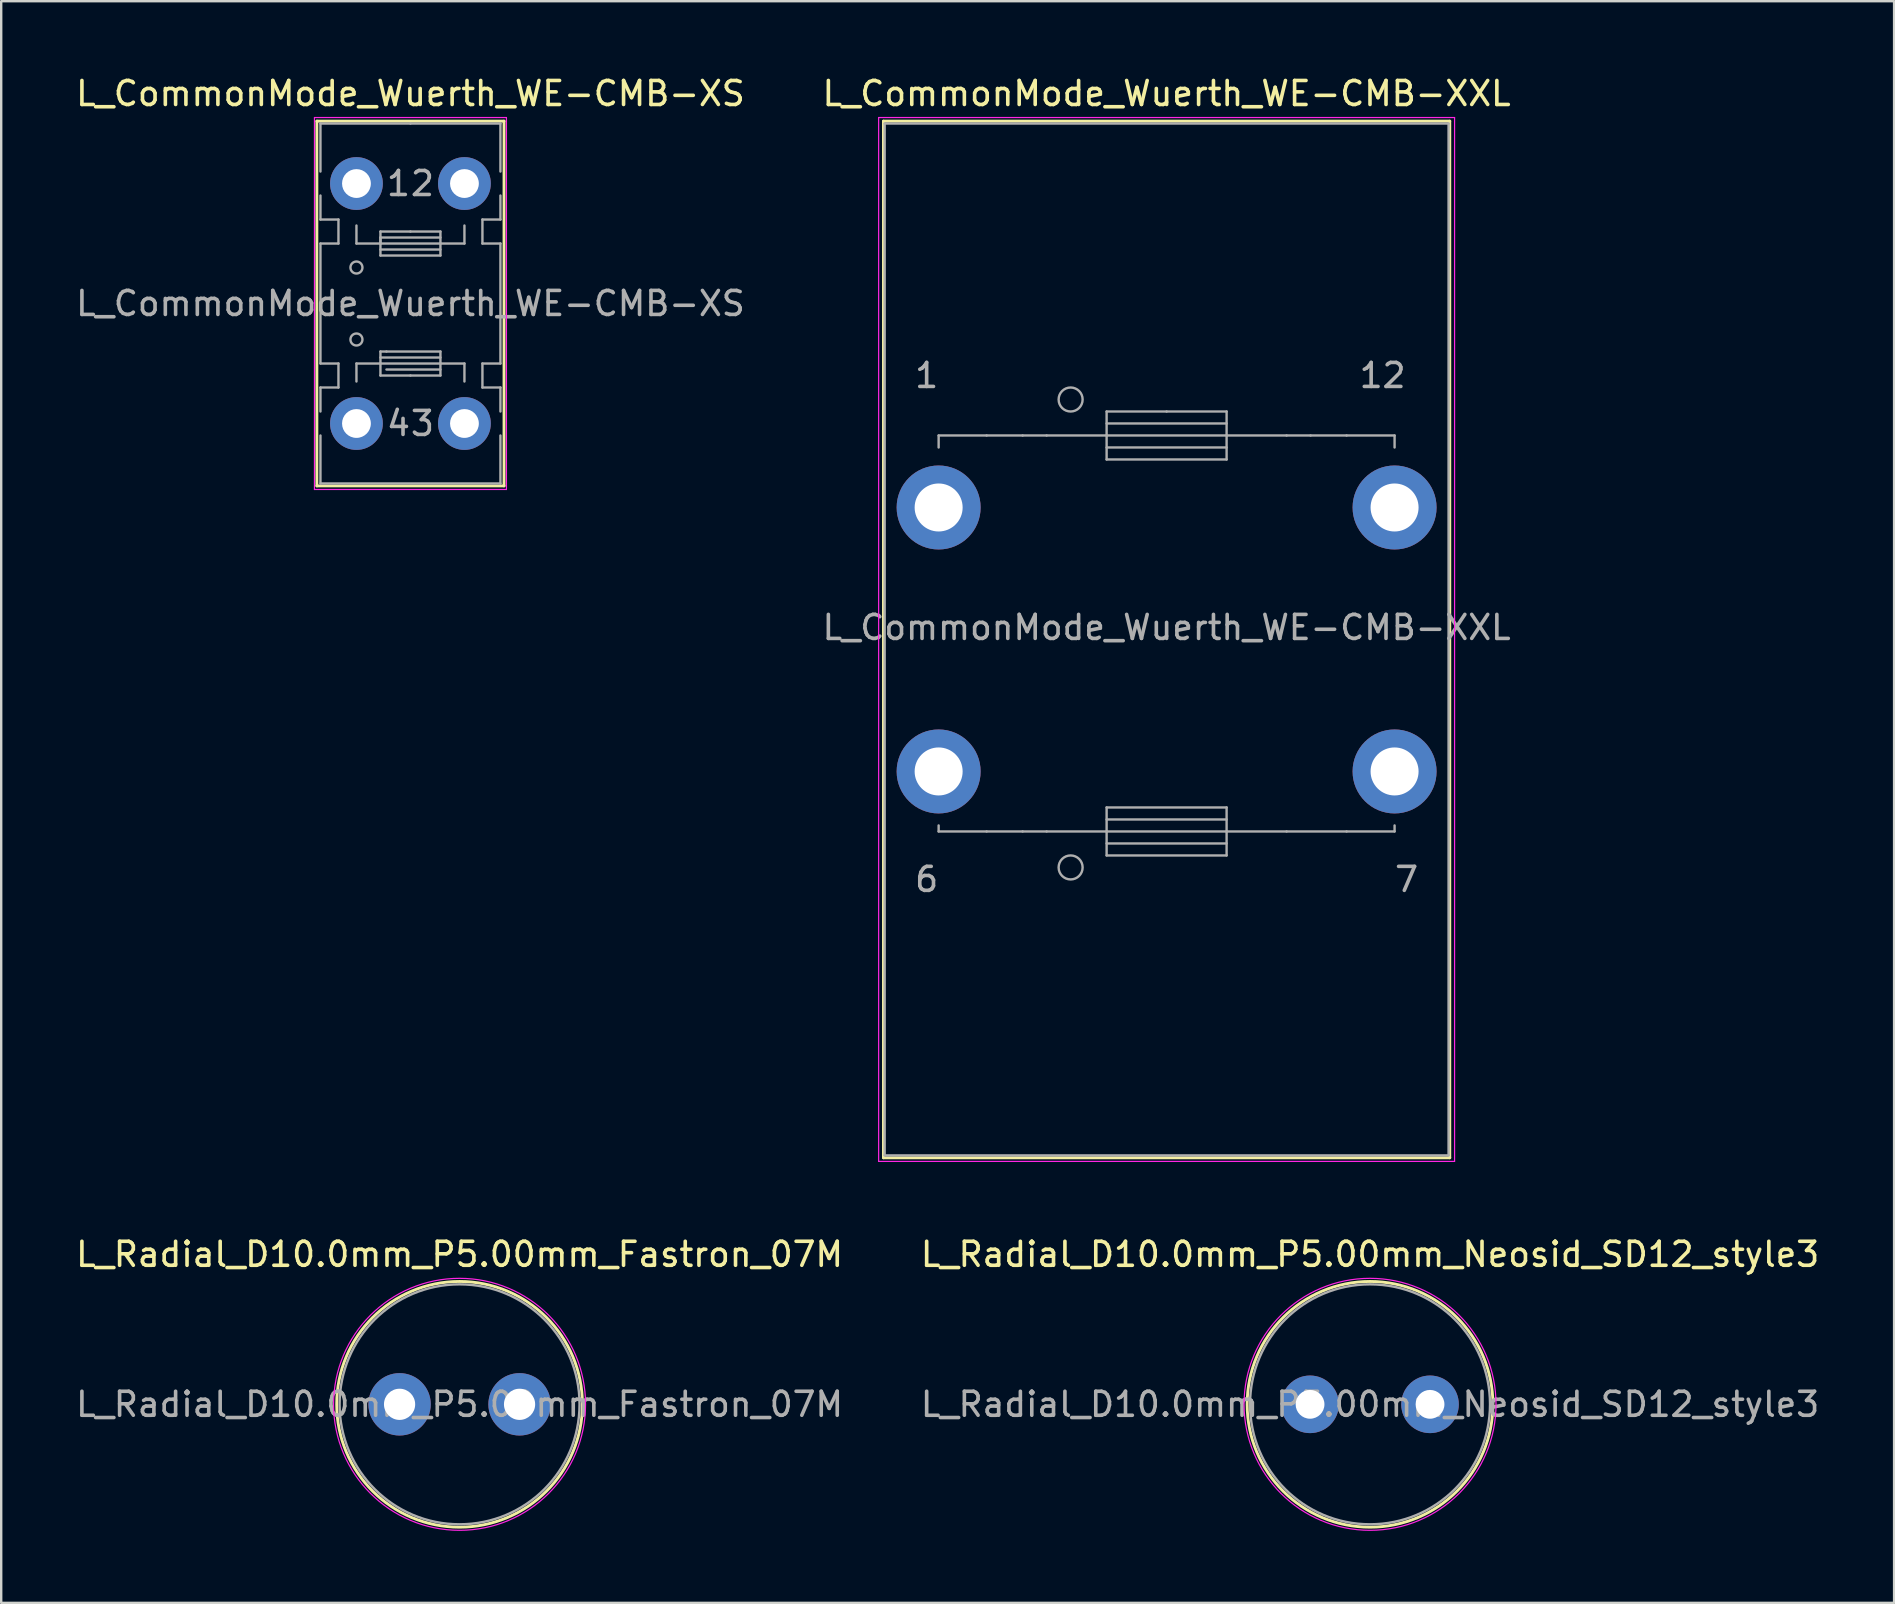
<source format=kicad_pcb>
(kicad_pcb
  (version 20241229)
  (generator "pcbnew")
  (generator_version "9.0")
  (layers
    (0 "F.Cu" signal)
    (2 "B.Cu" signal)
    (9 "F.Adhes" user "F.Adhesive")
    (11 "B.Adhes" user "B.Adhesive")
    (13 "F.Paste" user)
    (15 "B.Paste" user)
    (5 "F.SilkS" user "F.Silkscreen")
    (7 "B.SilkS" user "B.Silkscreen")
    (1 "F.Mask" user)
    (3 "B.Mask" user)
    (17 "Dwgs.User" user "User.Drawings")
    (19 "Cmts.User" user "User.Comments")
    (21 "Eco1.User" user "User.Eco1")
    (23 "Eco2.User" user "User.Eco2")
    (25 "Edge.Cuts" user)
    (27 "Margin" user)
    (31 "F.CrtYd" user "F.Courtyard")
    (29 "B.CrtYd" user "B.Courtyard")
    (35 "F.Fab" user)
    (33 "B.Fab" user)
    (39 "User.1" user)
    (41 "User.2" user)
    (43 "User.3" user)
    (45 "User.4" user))
  (footprint "L_CommonMode_Wuerth_WE-CMB-XXL"
    (layer "F.Cu")
    (at 36.065 18.098)
    (property "Reference" "L_CommonMode_Wuerth_WE-CMB-XXL" (at 9.5 -17.25 0) (layer "F.SilkS") (effects (font (size 1 1) (thickness 0.15))))
    (attr through_hole)
    (fp_line (start -2.3 -16.1) (end 21.3 -16.1) (stroke (width 0.12) (type solid)) (layer "F.SilkS"))
    (fp_line (start -2.3 27.1) (end -2.3 -16.1) (stroke (width 0.12) (type solid)) (layer "F.SilkS"))
    (fp_line (start 21.3 -16.1) (end 21.3 27.1) (stroke (width 0.12) (type solid)) (layer "F.SilkS"))
    (fp_line (start 21.3 27.1) (end -2.3 27.1) (stroke (width 0.12) (type solid)) (layer "F.SilkS"))
    (fp_line (start -2.5 -16.25) (end 21.5 -16.25) (stroke (width 0.05) (type solid)) (layer "F.CrtYd"))
    (fp_line (start -2.5 27.25) (end -2.5 -16.25) (stroke (width 0.05) (type solid)) (layer "F.CrtYd"))
    (fp_line (start 21.5 -16.25) (end 21.5 27.25) (stroke (width 0.05) (type solid)) (layer "F.CrtYd"))
    (fp_line (start 21.5 27.25) (end -2.5 27.25) (stroke (width 0.05) (type solid)) (layer "F.CrtYd"))
    (fp_line (start -2.25 -16) (end -2.25 27) (stroke (width 0.1) (type solid)) (layer "F.Fab"))
    (fp_line (start -2.25 27) (end 21.25 27) (stroke (width 0.1) (type solid)) (layer "F.Fab"))
    (fp_line (start 0 -3) (end 0 -2.5) (stroke (width 0.1) (type solid)) (layer "F.Fab"))
    (fp_line (start 0 13.5) (end 0 13.25) (stroke (width 0.1) (type solid)) (layer "F.Fab"))
    (fp_line (start 2 -3) (end 0 -3) (stroke (width 0.1) (type solid)) (layer "F.Fab"))
    (fp_line (start 2 13.5) (end 0 13.5) (stroke (width 0.1) (type solid)) (layer "F.Fab"))
    (fp_line (start 3.5 -3) (end 2 -3) (stroke (width 0.1) (type solid)) (layer "F.Fab"))
    (fp_line (start 3.5 13.5) (end 2 13.5) (stroke (width 0.1) (type solid)) (layer "F.Fab"))
    (fp_line (start 4.5 -3) (end 3.5 -3) (stroke (width 0.1) (type solid)) (layer "F.Fab"))
    (fp_line (start 4.5 13.5) (end 3.5 13.5) (stroke (width 0.1) (type solid)) (layer "F.Fab"))
    (fp_line (start 4.5 13.5) (end 7 13.5) (stroke (width 0.1) (type solid)) (layer "F.Fab"))
    (fp_line (start 7 -4) (end 9.5 -4) (stroke (width 0.1) (type solid)) (layer "F.Fab"))
    (fp_line (start 7 -3) (end 4.5 -3) (stroke (width 0.1) (type solid)) (layer "F.Fab"))
    (fp_line (start 7 -3) (end 12 -3) (stroke (width 0.1) (type solid)) (layer "F.Fab"))
    (fp_line (start 7 -2.5) (end 12 -2.5) (stroke (width 0.1) (type solid)) (layer "F.Fab"))
    (fp_line (start 7 -2) (end 7 -4) (stroke (width 0.1) (type solid)) (layer "F.Fab"))
    (fp_line (start 7 12.5) (end 12 12.5) (stroke (width 0.1) (type solid)) (layer "F.Fab"))
    (fp_line (start 7 14) (end 12 14) (stroke (width 0.1) (type solid)) (layer "F.Fab"))
    (fp_line (start 7 14.5) (end 7 12.5) (stroke (width 0.1) (type solid)) (layer "F.Fab"))
    (fp_line (start 9.5 -4) (end 12 -4) (stroke (width 0.1) (type solid)) (layer "F.Fab"))
    (fp_line (start 12 -4) (end 12 -2) (stroke (width 0.1) (type solid)) (layer "F.Fab"))
    (fp_line (start 12 -3.5) (end 7 -3.5) (stroke (width 0.1) (type solid)) (layer "F.Fab"))
    (fp_line (start 12 -3) (end 14.5 -3) (stroke (width 0.1) (type solid)) (layer "F.Fab"))
    (fp_line (start 12 -2) (end 7 -2) (stroke (width 0.1) (type solid)) (layer "F.Fab"))
    (fp_line (start 12 12.5) (end 12 14.5) (stroke (width 0.1) (type solid)) (layer "F.Fab"))
    (fp_line (start 12 13) (end 7 13) (stroke (width 0.1) (type solid)) (layer "F.Fab"))
    (fp_line (start 12 13.5) (end 7 13.5) (stroke (width 0.1) (type solid)) (layer "F.Fab"))
    (fp_line (start 12 14.5) (end 7 14.5) (stroke (width 0.1) (type solid)) (layer "F.Fab"))
    (fp_line (start 14.5 -3) (end 15.5 -3) (stroke (width 0.1) (type solid)) (layer "F.Fab"))
    (fp_line (start 14.5 13.5) (end 12 13.5) (stroke (width 0.1) (type solid)) (layer "F.Fab"))
    (fp_line (start 14.5 13.5) (end 17 13.5) (stroke (width 0.1) (type solid)) (layer "F.Fab"))
    (fp_line (start 15.5 -3) (end 17 -3) (stroke (width 0.1) (type solid)) (layer "F.Fab"))
    (fp_line (start 17 -3) (end 19 -3) (stroke (width 0.1) (type solid)) (layer "F.Fab"))
    (fp_line (start 17 13.5) (end 19 13.5) (stroke (width 0.1) (type solid)) (layer "F.Fab"))
    (fp_line (start 19 -3) (end 19 -2.5) (stroke (width 0.1) (type solid)) (layer "F.Fab"))
    (fp_line (start 19 13.5) (end 19 13.25) (stroke (width 0.1) (type solid)) (layer "F.Fab"))
    (fp_line (start 21.25 -16) (end -2.25 -16) (stroke (width 0.1) (type solid)) (layer "F.Fab"))
    (fp_line (start 21.25 27) (end 21.25 -16) (stroke (width 0.1) (type solid)) (layer "F.Fab"))
    (fp_circle (center 5.5 -4.5) (end 6 -4.5) (stroke (width 0.1) (type solid)) (fill no) (layer "F.Fab"))
    (fp_circle (center 5.5 15) (end 6 15) (stroke (width 0.1) (type solid)) (fill no) (layer "F.Fab"))
    (fp_text user "6" (at -0.5 15.5 0) (layer "F.Fab") (effects (font (size 1 1) (thickness 0.15))))
    (fp_text user "7" (at 19.5 15.5 0) (layer "F.Fab") (effects (font (size 1 1) (thickness 0.15))))
    (fp_text user "${REFERENCE}" (at 9.5 5 0) (layer "F.Fab") (effects (font (size 1 1) (thickness 0.15))))
    (fp_text user "12" (at 18.5 -5.5 0) (layer "F.Fab") (effects (font (size 1 1) (thickness 0.15))))
    (fp_text user "1" (at -0.5 -5.5 0) (layer "F.Fab") (effects (font (size 1 1) (thickness 0.15))))
    (pad "1" thru_hole circle (at 0 0) (size 3.5 3.5) (drill 2) (layers "*.Cu" "*.Mask"))
    (pad "6" thru_hole circle (at 0 11) (size 3.5 3.5) (drill 2) (layers "*.Cu" "*.Mask"))
    (pad "7" thru_hole circle (at 19 11) (size 3.5 3.5) (drill 2) (layers "*.Cu" "*.Mask"))
    (pad "12" thru_hole circle (at 19 0) (size 3.5 3.5) (drill 2) (layers "*.Cu" "*.Mask")))
  (footprint "L_Radial_D10.0mm_P5.00mm_Fastron_07M"
    (layer "F.Cu")
    (at 13.601 55.471)
    (property "Reference" "L_Radial_D10.0mm_P5.00mm_Fastron_07M" (at 2.5 -6.25 0) (layer "F.SilkS") (effects (font (size 1 1) (thickness 0.15))))
    (attr through_hole)
    (fp_circle (center 2.5 0) (end 7.62 0) (stroke (width 0.12) (type solid)) (fill no) (layer "F.SilkS"))
    (fp_circle (center 2.5 0) (end 7.75 0) (stroke (width 0.05) (type solid)) (fill no) (layer "F.CrtYd"))
    (fp_circle (center 2.5 0) (end 7.5 0) (stroke (width 0.1) (type solid)) (fill no) (layer "F.Fab"))
    (fp_text user "${REFERENCE}" (at 2.5 0 0) (layer "F.Fab") (effects (font (size 1 1) (thickness 0.15))))
    (pad "1" thru_hole circle (at 0 0) (size 2.6 2.6) (drill 1.3) (layers "*.Cu" "*.Mask"))
    (pad "2" thru_hole circle (at 5 0) (size 2.6 2.6) (drill 1.3) (layers "*.Cu" "*.Mask")))
  (footprint "L_Radial_D10.0mm_P5.00mm_Neosid_SD12_style3"
    (layer "F.Cu")
    (at 51.542 55.471)
    (property "Reference" "L_Radial_D10.0mm_P5.00mm_Neosid_SD12_style3" (at 2.5 -6.25 0) (layer "F.SilkS") (effects (font (size 1 1) (thickness 0.15))))
    (attr through_hole)
    (fp_circle (center 2.5 0) (end 7.62 0) (stroke (width 0.12) (type solid)) (fill no) (layer "F.SilkS"))
    (fp_circle (center 2.5 0) (end 7.75 0) (stroke (width 0.05) (type solid)) (fill no) (layer "F.CrtYd"))
    (fp_circle (center 2.5 0) (end 7.5 0) (stroke (width 0.1) (type solid)) (fill no) (layer "F.Fab"))
    (fp_text user "${REFERENCE}" (at 2.5 0 0) (layer "F.Fab") (effects (font (size 1 1) (thickness 0.15))))
    (pad "1" thru_hole circle (at 0 0) (size 2.4 2.4) (drill 1.2) (layers "*.Cu" "*.Mask"))
    (pad "2" thru_hole circle (at 5 0) (size 2.4 2.4) (drill 1.2) (layers "*.Cu" "*.Mask")))
  (footprint "L_CommonMode_Wuerth_WE-CMB-XS"
    (layer "F.Cu")
    (at 11.804 4.598)
    (property "Reference" "L_CommonMode_Wuerth_WE-CMB-XS" (at 2.25 -3.75 0) (layer "F.SilkS") (effects (font (size 1 1) (thickness 0.15))))
    (attr through_hole)
    (fp_line (start -1.65 -2.6) (end -1.65 12.6) (stroke (width 0.12) (type solid)) (layer "F.SilkS"))
    (fp_line (start -1.65 12.6) (end 6.15 12.6) (stroke (width 0.12) (type solid)) (layer "F.SilkS"))
    (fp_line (start 6.15 -2.6) (end -1.65 -2.6) (stroke (width 0.12) (type solid)) (layer "F.SilkS"))
    (fp_line (start 6.15 12.6) (end 6.15 -2.6) (stroke (width 0.12) (type solid)) (layer "F.SilkS"))
    (fp_line (start -1.75 -2.75) (end -1.75 12.75) (stroke (width 0.05) (type solid)) (layer "F.CrtYd"))
    (fp_line (start -1.75 12.75) (end 6.25 12.75) (stroke (width 0.05) (type solid)) (layer "F.CrtYd"))
    (fp_line (start 6.25 -2.75) (end -1.75 -2.75) (stroke (width 0.05) (type solid)) (layer "F.CrtYd"))
    (fp_line (start 6.25 12.75) (end 6.25 -2.75) (stroke (width 0.05) (type solid)) (layer "F.CrtYd"))
    (fp_line (start -1.5 -2.5) (end 2.25 -2.5) (stroke (width 0.1) (type solid)) (layer "F.Fab"))
    (fp_line (start -1.5 -0.5) (end -1.5 -2.5) (stroke (width 0.1) (type solid)) (layer "F.Fab"))
    (fp_line (start -1.5 1.5) (end -1.5 0.5) (stroke (width 0.1) (type solid)) (layer "F.Fab"))
    (fp_line (start -1.5 2.5) (end -0.75 2.5) (stroke (width 0.1) (type solid)) (layer "F.Fab"))
    (fp_line (start -1.5 7.5) (end -1.5 2.5) (stroke (width 0.1) (type solid)) (layer "F.Fab"))
    (fp_line (start -1.5 8.5) (end -0.75 8.5) (stroke (width 0.1) (type solid)) (layer "F.Fab"))
    (fp_line (start -1.5 9.5) (end -1.5 8.5) (stroke (width 0.1) (type solid)) (layer "F.Fab"))
    (fp_line (start -1.5 12.5) (end -1.5 10.5) (stroke (width 0.1) (type solid)) (layer "F.Fab"))
    (fp_line (start -0.75 1.5) (end -1.5 1.5) (stroke (width 0.1) (type solid)) (layer "F.Fab"))
    (fp_line (start -0.75 2.5) (end -0.75 1.5) (stroke (width 0.1) (type solid)) (layer "F.Fab"))
    (fp_line (start -0.75 7.5) (end -1.5 7.5) (stroke (width 0.1) (type solid)) (layer "F.Fab"))
    (fp_line (start -0.75 8.5) (end -0.75 7.5) (stroke (width 0.1) (type solid)) (layer "F.Fab"))
    (fp_line (start 0 2.5) (end 0 1.75) (stroke (width 0.1) (type solid)) (layer "F.Fab"))
    (fp_line (start 0 7.5) (end 0 8.25) (stroke (width 0.1) (type solid)) (layer "F.Fab"))
    (fp_line (start 1 2) (end 2.25 2) (stroke (width 0.1) (type solid)) (layer "F.Fab"))
    (fp_line (start 1 2.25) (end 1 2.5) (stroke (width 0.1) (type solid)) (layer "F.Fab"))
    (fp_line (start 1 2.5) (end 0 2.5) (stroke (width 0.1) (type solid)) (layer "F.Fab"))
    (fp_line (start 1 2.75) (end 3.5 2.75) (stroke (width 0.1) (type solid)) (layer "F.Fab"))
    (fp_line (start 1 3) (end 1 2) (stroke (width 0.1) (type solid)) (layer "F.Fab"))
    (fp_line (start 1 7) (end 1 8) (stroke (width 0.1) (type solid)) (layer "F.Fab"))
    (fp_line (start 1 7.5) (end 0 7.5) (stroke (width 0.1) (type solid)) (layer "F.Fab"))
    (fp_line (start 1 8) (end 2.25 8) (stroke (width 0.1) (type solid)) (layer "F.Fab"))
    (fp_line (start 1.25 7) (end 1 7) (stroke (width 0.1) (type solid)) (layer "F.Fab"))
    (fp_line (start 2.25 -2.5) (end 6 -2.5) (stroke (width 0.1) (type solid)) (layer "F.Fab"))
    (fp_line (start 2.25 2) (end 3.5 2) (stroke (width 0.1) (type solid)) (layer "F.Fab"))
    (fp_line (start 2.25 8) (end 3.5 8) (stroke (width 0.1) (type solid)) (layer "F.Fab"))
    (fp_line (start 3.5 2) (end 3.5 3) (stroke (width 0.1) (type solid)) (layer "F.Fab"))
    (fp_line (start 3.5 2.25) (end 1 2.25) (stroke (width 0.1) (type solid)) (layer "F.Fab"))
    (fp_line (start 3.5 2.5) (end 1 2.5) (stroke (width 0.1) (type solid)) (layer "F.Fab"))
    (fp_line (start 3.5 2.5) (end 4.5 2.5) (stroke (width 0.1) (type solid)) (layer "F.Fab"))
    (fp_line (start 3.5 3) (end 1 3) (stroke (width 0.1) (type solid)) (layer "F.Fab"))
    (fp_line (start 3.5 7) (end 1.25 7) (stroke (width 0.1) (type solid)) (layer "F.Fab"))
    (fp_line (start 3.5 7.25) (end 1 7.25) (stroke (width 0.1) (type solid)) (layer "F.Fab"))
    (fp_line (start 3.5 7.5) (end 1 7.5) (stroke (width 0.1) (type solid)) (layer "F.Fab"))
    (fp_line (start 3.5 7.5) (end 4.5 7.5) (stroke (width 0.1) (type solid)) (layer "F.Fab"))
    (fp_line (start 3.5 7.75) (end 1.25 7.75) (stroke (width 0.1) (type solid)) (layer "F.Fab"))
    (fp_line (start 3.5 8) (end 3.5 7) (stroke (width 0.1) (type solid)) (layer "F.Fab"))
    (fp_line (start 4.5 2.5) (end 4.5 1.75) (stroke (width 0.1) (type solid)) (layer "F.Fab"))
    (fp_line (start 4.5 7.5) (end 4.5 8.25) (stroke (width 0.1) (type solid)) (layer "F.Fab"))
    (fp_line (start 5.25 1.5) (end 5.25 2.5) (stroke (width 0.1) (type solid)) (layer "F.Fab"))
    (fp_line (start 5.25 2.5) (end 6 2.5) (stroke (width 0.1) (type solid)) (layer "F.Fab"))
    (fp_line (start 5.25 7.5) (end 5.25 8.5) (stroke (width 0.1) (type solid)) (layer "F.Fab"))
    (fp_line (start 5.25 8.5) (end 6 8.5) (stroke (width 0.1) (type solid)) (layer "F.Fab"))
    (fp_line (start 6 -2.5) (end 6 -0.5) (stroke (width 0.1) (type solid)) (layer "F.Fab"))
    (fp_line (start 6 0.5) (end 6 1.5) (stroke (width 0.1) (type solid)) (layer "F.Fab"))
    (fp_line (start 6 1.5) (end 5.25 1.5) (stroke (width 0.1) (type solid)) (layer "F.Fab"))
    (fp_line (start 6 2.5) (end 6 7.5) (stroke (width 0.1) (type solid)) (layer "F.Fab"))
    (fp_line (start 6 7.5) (end 5.25 7.5) (stroke (width 0.1) (type solid)) (layer "F.Fab"))
    (fp_line (start 6 8.5) (end 6 9.5) (stroke (width 0.1) (type solid)) (layer "F.Fab"))
    (fp_line (start 6 10.5) (end 6 12.5) (stroke (width 0.1) (type solid)) (layer "F.Fab"))
    (fp_line (start 6 12.5) (end -1.5 12.5) (stroke (width 0.1) (type solid)) (layer "F.Fab"))
    (fp_circle (center 0 3.5) (end 0.25 3.5) (stroke (width 0.1) (type solid)) (fill no) (layer "F.Fab"))
    (fp_circle (center 0 6.5) (end 0 6.25) (stroke (width 0.1) (type solid)) (fill no) (layer "F.Fab"))
    (fp_text user "3" (at 2.75 10 0) (layer "F.Fab") (effects (font (size 1 1) (thickness 0.15))))
    (fp_text user "1" (at 1.75 0 0) (layer "F.Fab") (effects (font (size 1 1) (thickness 0.15))))
    (fp_text user "2" (at 2.75 0 0) (layer "F.Fab") (effects (font (size 1 1) (thickness 0.15))))
    (fp_text user "${REFERENCE}" (at 2.25 5 0) (layer "F.Fab") (effects (font (size 1 1) (thickness 0.15))))
    (fp_text user "4" (at 1.75 10 0) (layer "F.Fab") (effects (font (size 1 1) (thickness 0.15))))
    (pad "1" thru_hole circle (at 0 0) (size 2.2 2.2) (drill 1.2) (layers "*.Cu" "*.Mask"))
    (pad "2" thru_hole circle (at 4.5 0) (size 2.2 2.2) (drill 1.2) (layers "*.Cu" "*.Mask"))
    (pad "3" thru_hole circle (at 4.5 10) (size 2.2 2.2) (drill 1.2) (layers "*.Cu" "*.Mask"))
    (pad "4" thru_hole circle (at 0 10) (size 2.2 2.2) (drill 1.2) (layers "*.Cu" "*.Mask")))
  (gr_rect
    (start -3 -3)
    (end 75.881 63.746)
    (stroke (width 0.1) (type default))
    (fill no)
    (layer "Edge.Cuts")))
</source>
